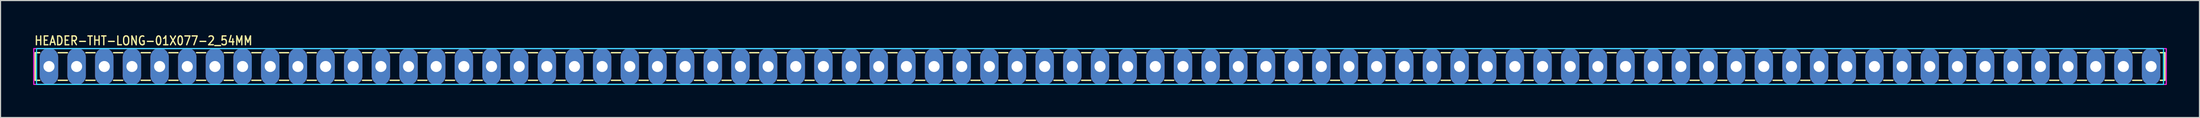
<source format=kicad_pcb>
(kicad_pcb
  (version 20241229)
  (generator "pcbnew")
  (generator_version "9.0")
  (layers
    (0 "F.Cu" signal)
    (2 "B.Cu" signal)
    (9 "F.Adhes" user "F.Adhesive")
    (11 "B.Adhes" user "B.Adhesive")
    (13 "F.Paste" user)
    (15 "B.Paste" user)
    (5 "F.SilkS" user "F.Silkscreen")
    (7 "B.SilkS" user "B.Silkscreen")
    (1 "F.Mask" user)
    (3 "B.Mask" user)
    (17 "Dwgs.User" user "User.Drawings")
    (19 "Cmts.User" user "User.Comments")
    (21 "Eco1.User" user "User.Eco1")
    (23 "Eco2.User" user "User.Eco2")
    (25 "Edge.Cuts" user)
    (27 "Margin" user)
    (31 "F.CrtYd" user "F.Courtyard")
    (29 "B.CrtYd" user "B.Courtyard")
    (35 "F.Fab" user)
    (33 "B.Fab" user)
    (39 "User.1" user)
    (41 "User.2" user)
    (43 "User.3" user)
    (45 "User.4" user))
  (footprint "HEADER-THT-LONG-01X077-2_54MM"
    (layer "F.Cu")
    (at 1.447 3.079)
    (property "Reference" "HEADER-THT-LONG-01X077-2_54MM" (at -1.4 -1.9 0) (unlocked yes) (layer "F.SilkS") (effects (font (size 0.813 0.695) (thickness 0.122)) (justify left bottom)))
    (fp_line (start -1.27 -1.27) (end -1.27 1.27) (stroke (width 0.127) (type solid)) (layer "F.SilkS"))
    (fp_line (start -1.27 1.27) (end -0.85 1.27) (stroke (width 0.127) (type solid)) (layer "F.SilkS"))
    (fp_line (start -0.85 -1.27) (end -1.27 -1.27) (stroke (width 0.127) (type solid)) (layer "F.SilkS"))
    (fp_line (start 0.85 -1.27) (end 1.69 -1.27) (stroke (width 0.127) (type solid)) (layer "F.SilkS"))
    (fp_line (start 0.85 1.27) (end 1.69 1.27) (stroke (width 0.127) (type solid)) (layer "F.SilkS"))
    (fp_line (start 3.39 -1.27) (end 4.23 -1.27) (stroke (width 0.127) (type solid)) (layer "F.SilkS"))
    (fp_line (start 3.39 1.27) (end 4.23 1.27) (stroke (width 0.127) (type solid)) (layer "F.SilkS"))
    (fp_line (start 5.93 -1.27) (end 6.77 -1.27) (stroke (width 0.127) (type solid)) (layer "F.SilkS"))
    (fp_line (start 5.93 1.27) (end 6.77 1.27) (stroke (width 0.127) (type solid)) (layer "F.SilkS"))
    (fp_line (start 8.47 -1.27) (end 9.31 -1.27) (stroke (width 0.127) (type solid)) (layer "F.SilkS"))
    (fp_line (start 8.47 1.27) (end 9.31 1.27) (stroke (width 0.127) (type solid)) (layer "F.SilkS"))
    (fp_line (start 11.01 -1.27) (end 11.85 -1.27) (stroke (width 0.127) (type solid)) (layer "F.SilkS"))
    (fp_line (start 11.01 1.27) (end 11.85 1.27) (stroke (width 0.127) (type solid)) (layer "F.SilkS"))
    (fp_line (start 13.55 -1.27) (end 14.39 -1.27) (stroke (width 0.127) (type solid)) (layer "F.SilkS"))
    (fp_line (start 13.55 1.27) (end 14.39 1.27) (stroke (width 0.127) (type solid)) (layer "F.SilkS"))
    (fp_line (start 16.09 -1.27) (end 16.93 -1.27) (stroke (width 0.127) (type solid)) (layer "F.SilkS"))
    (fp_line (start 16.09 1.27) (end 16.93 1.27) (stroke (width 0.127) (type solid)) (layer "F.SilkS"))
    (fp_line (start 18.63 -1.27) (end 19.47 -1.27) (stroke (width 0.127) (type solid)) (layer "F.SilkS"))
    (fp_line (start 18.63 1.27) (end 19.47 1.27) (stroke (width 0.127) (type solid)) (layer "F.SilkS"))
    (fp_line (start 21.17 -1.27) (end 22.01 -1.27) (stroke (width 0.127) (type solid)) (layer "F.SilkS"))
    (fp_line (start 21.17 1.27) (end 22.01 1.27) (stroke (width 0.127) (type solid)) (layer "F.SilkS"))
    (fp_line (start 23.71 -1.27) (end 24.55 -1.27) (stroke (width 0.127) (type solid)) (layer "F.SilkS"))
    (fp_line (start 23.71 1.27) (end 24.55 1.27) (stroke (width 0.127) (type solid)) (layer "F.SilkS"))
    (fp_line (start 26.25 -1.27) (end 27.09 -1.27) (stroke (width 0.127) (type solid)) (layer "F.SilkS"))
    (fp_line (start 26.25 1.27) (end 27.09 1.27) (stroke (width 0.127) (type solid)) (layer "F.SilkS"))
    (fp_line (start 28.79 -1.27) (end 29.63 -1.27) (stroke (width 0.127) (type solid)) (layer "F.SilkS"))
    (fp_line (start 28.79 1.27) (end 29.63 1.27) (stroke (width 0.127) (type solid)) (layer "F.SilkS"))
    (fp_line (start 31.33 -1.27) (end 32.17 -1.27) (stroke (width 0.127) (type solid)) (layer "F.SilkS"))
    (fp_line (start 31.33 1.27) (end 32.17 1.27) (stroke (width 0.127) (type solid)) (layer "F.SilkS"))
    (fp_line (start 33.87 -1.27) (end 34.71 -1.27) (stroke (width 0.127) (type solid)) (layer "F.SilkS"))
    (fp_line (start 33.87 1.27) (end 34.71 1.27) (stroke (width 0.127) (type solid)) (layer "F.SilkS"))
    (fp_line (start 36.41 -1.27) (end 37.25 -1.27) (stroke (width 0.127) (type solid)) (layer "F.SilkS"))
    (fp_line (start 36.41 1.27) (end 37.25 1.27) (stroke (width 0.127) (type solid)) (layer "F.SilkS"))
    (fp_line (start 38.95 -1.27) (end 39.79 -1.27) (stroke (width 0.127) (type solid)) (layer "F.SilkS"))
    (fp_line (start 38.95 1.27) (end 39.79 1.27) (stroke (width 0.127) (type solid)) (layer "F.SilkS"))
    (fp_line (start 41.49 -1.27) (end 42.33 -1.27) (stroke (width 0.127) (type solid)) (layer "F.SilkS"))
    (fp_line (start 41.49 1.27) (end 42.33 1.27) (stroke (width 0.127) (type solid)) (layer "F.SilkS"))
    (fp_line (start 44.03 -1.27) (end 44.87 -1.27) (stroke (width 0.127) (type solid)) (layer "F.SilkS"))
    (fp_line (start 44.03 1.27) (end 44.87 1.27) (stroke (width 0.127) (type solid)) (layer "F.SilkS"))
    (fp_line (start 46.57 -1.27) (end 47.41 -1.27) (stroke (width 0.127) (type solid)) (layer "F.SilkS"))
    (fp_line (start 46.57 1.27) (end 47.41 1.27) (stroke (width 0.127) (type solid)) (layer "F.SilkS"))
    (fp_line (start 49.11 -1.27) (end 49.95 -1.27) (stroke (width 0.127) (type solid)) (layer "F.SilkS"))
    (fp_line (start 49.11 1.27) (end 49.95 1.27) (stroke (width 0.127) (type solid)) (layer "F.SilkS"))
    (fp_line (start 51.65 -1.27) (end 52.49 -1.27) (stroke (width 0.127) (type solid)) (layer "F.SilkS"))
    (fp_line (start 51.65 1.27) (end 52.49 1.27) (stroke (width 0.127) (type solid)) (layer "F.SilkS"))
    (fp_line (start 54.19 -1.27) (end 55.03 -1.27) (stroke (width 0.127) (type solid)) (layer "F.SilkS"))
    (fp_line (start 54.19 1.27) (end 55.03 1.27) (stroke (width 0.127) (type solid)) (layer "F.SilkS"))
    (fp_line (start 56.73 -1.27) (end 57.57 -1.27) (stroke (width 0.127) (type solid)) (layer "F.SilkS"))
    (fp_line (start 56.73 1.27) (end 57.57 1.27) (stroke (width 0.127) (type solid)) (layer "F.SilkS"))
    (fp_line (start 59.27 -1.27) (end 60.11 -1.27) (stroke (width 0.127) (type solid)) (layer "F.SilkS"))
    (fp_line (start 59.27 1.27) (end 60.11 1.27) (stroke (width 0.127) (type solid)) (layer "F.SilkS"))
    (fp_line (start 61.81 -1.27) (end 62.65 -1.27) (stroke (width 0.127) (type solid)) (layer "F.SilkS"))
    (fp_line (start 61.81 1.27) (end 62.65 1.27) (stroke (width 0.127) (type solid)) (layer "F.SilkS"))
    (fp_line (start 64.35 -1.27) (end 65.19 -1.27) (stroke (width 0.127) (type solid)) (layer "F.SilkS"))
    (fp_line (start 64.35 1.27) (end 65.19 1.27) (stroke (width 0.127) (type solid)) (layer "F.SilkS"))
    (fp_line (start 66.89 -1.27) (end 67.73 -1.27) (stroke (width 0.127) (type solid)) (layer "F.SilkS"))
    (fp_line (start 66.89 1.27) (end 67.73 1.27) (stroke (width 0.127) (type solid)) (layer "F.SilkS"))
    (fp_line (start 69.43 -1.27) (end 70.27 -1.27) (stroke (width 0.127) (type solid)) (layer "F.SilkS"))
    (fp_line (start 69.43 1.27) (end 70.27 1.27) (stroke (width 0.127) (type solid)) (layer "F.SilkS"))
    (fp_line (start 71.97 -1.27) (end 72.81 -1.27) (stroke (width 0.127) (type solid)) (layer "F.SilkS"))
    (fp_line (start 71.97 1.27) (end 72.81 1.27) (stroke (width 0.127) (type solid)) (layer "F.SilkS"))
    (fp_line (start 74.51 -1.27) (end 75.35 -1.27) (stroke (width 0.127) (type solid)) (layer "F.SilkS"))
    (fp_line (start 74.51 1.27) (end 75.35 1.27) (stroke (width 0.127) (type solid)) (layer "F.SilkS"))
    (fp_line (start 77.05 -1.27) (end 77.89 -1.27) (stroke (width 0.127) (type solid)) (layer "F.SilkS"))
    (fp_line (start 77.05 1.27) (end 77.89 1.27) (stroke (width 0.127) (type solid)) (layer "F.SilkS"))
    (fp_line (start 79.59 -1.27) (end 80.43 -1.27) (stroke (width 0.127) (type solid)) (layer "F.SilkS"))
    (fp_line (start 79.59 1.27) (end 80.43 1.27) (stroke (width 0.127) (type solid)) (layer "F.SilkS"))
    (fp_line (start 82.13 -1.27) (end 82.97 -1.27) (stroke (width 0.127) (type solid)) (layer "F.SilkS"))
    (fp_line (start 82.13 1.27) (end 82.97 1.27) (stroke (width 0.127) (type solid)) (layer "F.SilkS"))
    (fp_line (start 84.67 -1.27) (end 85.51 -1.27) (stroke (width 0.127) (type solid)) (layer "F.SilkS"))
    (fp_line (start 84.67 1.27) (end 85.51 1.27) (stroke (width 0.127) (type solid)) (layer "F.SilkS"))
    (fp_line (start 87.21 -1.27) (end 88.05 -1.27) (stroke (width 0.127) (type solid)) (layer "F.SilkS"))
    (fp_line (start 87.21 1.27) (end 88.05 1.27) (stroke (width 0.127) (type solid)) (layer "F.SilkS"))
    (fp_line (start 89.75 -1.27) (end 90.59 -1.27) (stroke (width 0.127) (type solid)) (layer "F.SilkS"))
    (fp_line (start 89.75 1.27) (end 90.59 1.27) (stroke (width 0.127) (type solid)) (layer "F.SilkS"))
    (fp_line (start 92.29 -1.27) (end 93.13 -1.27) (stroke (width 0.127) (type solid)) (layer "F.SilkS"))
    (fp_line (start 92.29 1.27) (end 93.13 1.27) (stroke (width 0.127) (type solid)) (layer "F.SilkS"))
    (fp_line (start 94.83 -1.27) (end 95.67 -1.27) (stroke (width 0.127) (type solid)) (layer "F.SilkS"))
    (fp_line (start 94.83 1.27) (end 95.67 1.27) (stroke (width 0.127) (type solid)) (layer "F.SilkS"))
    (fp_line (start 97.37 -1.27) (end 98.21 -1.27) (stroke (width 0.127) (type solid)) (layer "F.SilkS"))
    (fp_line (start 97.37 1.27) (end 98.21 1.27) (stroke (width 0.127) (type solid)) (layer "F.SilkS"))
    (fp_line (start 99.91 -1.27) (end 100.75 -1.27) (stroke (width 0.127) (type solid)) (layer "F.SilkS"))
    (fp_line (start 99.91 1.27) (end 100.75 1.27) (stroke (width 0.127) (type solid)) (layer "F.SilkS"))
    (fp_line (start 102.45 -1.27) (end 103.29 -1.27) (stroke (width 0.127) (type solid)) (layer "F.SilkS"))
    (fp_line (start 102.45 1.27) (end 103.29 1.27) (stroke (width 0.127) (type solid)) (layer "F.SilkS"))
    (fp_line (start 104.99 -1.27) (end 105.83 -1.27) (stroke (width 0.127) (type solid)) (layer "F.SilkS"))
    (fp_line (start 104.99 1.27) (end 105.83 1.27) (stroke (width 0.127) (type solid)) (layer "F.SilkS"))
    (fp_line (start 107.53 -1.27) (end 108.37 -1.27) (stroke (width 0.127) (type solid)) (layer "F.SilkS"))
    (fp_line (start 107.53 1.27) (end 108.37 1.27) (stroke (width 0.127) (type solid)) (layer "F.SilkS"))
    (fp_line (start 110.07 -1.27) (end 110.91 -1.27) (stroke (width 0.127) (type solid)) (layer "F.SilkS"))
    (fp_line (start 110.07 1.27) (end 110.91 1.27) (stroke (width 0.127) (type solid)) (layer "F.SilkS"))
    (fp_line (start 112.61 -1.27) (end 113.45 -1.27) (stroke (width 0.127) (type solid)) (layer "F.SilkS"))
    (fp_line (start 112.61 1.27) (end 113.45 1.27) (stroke (width 0.127) (type solid)) (layer "F.SilkS"))
    (fp_line (start 115.15 -1.27) (end 115.99 -1.27) (stroke (width 0.127) (type solid)) (layer "F.SilkS"))
    (fp_line (start 115.15 1.27) (end 115.99 1.27) (stroke (width 0.127) (type solid)) (layer "F.SilkS"))
    (fp_line (start 117.69 -1.27) (end 118.53 -1.27) (stroke (width 0.127) (type solid)) (layer "F.SilkS"))
    (fp_line (start 117.69 1.27) (end 118.53 1.27) (stroke (width 0.127) (type solid)) (layer "F.SilkS"))
    (fp_line (start 120.23 -1.27) (end 121.07 -1.27) (stroke (width 0.127) (type solid)) (layer "F.SilkS"))
    (fp_line (start 120.23 1.27) (end 121.07 1.27) (stroke (width 0.127) (type solid)) (layer "F.SilkS"))
    (fp_line (start 122.77 -1.27) (end 123.61 -1.27) (stroke (width 0.127) (type solid)) (layer "F.SilkS"))
    (fp_line (start 122.77 1.27) (end 123.61 1.27) (stroke (width 0.127) (type solid)) (layer "F.SilkS"))
    (fp_line (start 125.31 -1.27) (end 126.15 -1.27) (stroke (width 0.127) (type solid)) (layer "F.SilkS"))
    (fp_line (start 125.31 1.27) (end 126.15 1.27) (stroke (width 0.127) (type solid)) (layer "F.SilkS"))
    (fp_line (start 127.85 -1.27) (end 128.69 -1.27) (stroke (width 0.127) (type solid)) (layer "F.SilkS"))
    (fp_line (start 127.85 1.27) (end 128.69 1.27) (stroke (width 0.127) (type solid)) (layer "F.SilkS"))
    (fp_line (start 130.39 -1.27) (end 131.23 -1.27) (stroke (width 0.127) (type solid)) (layer "F.SilkS"))
    (fp_line (start 130.39 1.27) (end 131.23 1.27) (stroke (width 0.127) (type solid)) (layer "F.SilkS"))
    (fp_line (start 132.93 -1.27) (end 133.77 -1.27) (stroke (width 0.127) (type solid)) (layer "F.SilkS"))
    (fp_line (start 132.93 1.27) (end 133.77 1.27) (stroke (width 0.127) (type solid)) (layer "F.SilkS"))
    (fp_line (start 135.47 -1.27) (end 136.31 -1.27) (stroke (width 0.127) (type solid)) (layer "F.SilkS"))
    (fp_line (start 135.47 1.27) (end 136.31 1.27) (stroke (width 0.127) (type solid)) (layer "F.SilkS"))
    (fp_line (start 138.01 -1.27) (end 138.85 -1.27) (stroke (width 0.127) (type solid)) (layer "F.SilkS"))
    (fp_line (start 138.01 1.27) (end 138.85 1.27) (stroke (width 0.127) (type solid)) (layer "F.SilkS"))
    (fp_line (start 140.55 -1.27) (end 141.39 -1.27) (stroke (width 0.127) (type solid)) (layer "F.SilkS"))
    (fp_line (start 140.55 1.27) (end 141.39 1.27) (stroke (width 0.127) (type solid)) (layer "F.SilkS"))
    (fp_line (start 143.09 -1.27) (end 143.93 -1.27) (stroke (width 0.127) (type solid)) (layer "F.SilkS"))
    (fp_line (start 143.09 1.27) (end 143.93 1.27) (stroke (width 0.127) (type solid)) (layer "F.SilkS"))
    (fp_line (start 145.63 -1.27) (end 146.47 -1.27) (stroke (width 0.127) (type solid)) (layer "F.SilkS"))
    (fp_line (start 145.63 1.27) (end 146.47 1.27) (stroke (width 0.127) (type solid)) (layer "F.SilkS"))
    (fp_line (start 148.17 -1.27) (end 149.01 -1.27) (stroke (width 0.127) (type solid)) (layer "F.SilkS"))
    (fp_line (start 148.17 1.27) (end 149.01 1.27) (stroke (width 0.127) (type solid)) (layer "F.SilkS"))
    (fp_line (start 150.71 -1.27) (end 151.55 -1.27) (stroke (width 0.127) (type solid)) (layer "F.SilkS"))
    (fp_line (start 150.71 1.27) (end 151.55 1.27) (stroke (width 0.127) (type solid)) (layer "F.SilkS"))
    (fp_line (start 153.25 -1.27) (end 154.09 -1.27) (stroke (width 0.127) (type solid)) (layer "F.SilkS"))
    (fp_line (start 153.25 1.27) (end 154.09 1.27) (stroke (width 0.127) (type solid)) (layer "F.SilkS"))
    (fp_line (start 155.79 -1.27) (end 156.63 -1.27) (stroke (width 0.127) (type solid)) (layer "F.SilkS"))
    (fp_line (start 155.79 1.27) (end 156.63 1.27) (stroke (width 0.127) (type solid)) (layer "F.SilkS"))
    (fp_line (start 158.33 -1.27) (end 159.17 -1.27) (stroke (width 0.127) (type solid)) (layer "F.SilkS"))
    (fp_line (start 158.33 1.27) (end 159.17 1.27) (stroke (width 0.127) (type solid)) (layer "F.SilkS"))
    (fp_line (start 160.87 -1.27) (end 161.71 -1.27) (stroke (width 0.127) (type solid)) (layer "F.SilkS"))
    (fp_line (start 160.87 1.27) (end 161.71 1.27) (stroke (width 0.127) (type solid)) (layer "F.SilkS"))
    (fp_line (start 163.41 -1.27) (end 164.25 -1.27) (stroke (width 0.127) (type solid)) (layer "F.SilkS"))
    (fp_line (start 163.41 1.27) (end 164.25 1.27) (stroke (width 0.127) (type solid)) (layer "F.SilkS"))
    (fp_line (start 165.95 -1.27) (end 166.79 -1.27) (stroke (width 0.127) (type solid)) (layer "F.SilkS"))
    (fp_line (start 165.95 1.27) (end 166.79 1.27) (stroke (width 0.127) (type solid)) (layer "F.SilkS"))
    (fp_line (start 168.49 -1.27) (end 169.33 -1.27) (stroke (width 0.127) (type solid)) (layer "F.SilkS"))
    (fp_line (start 168.49 1.27) (end 169.33 1.27) (stroke (width 0.127) (type solid)) (layer "F.SilkS"))
    (fp_line (start 171.03 -1.27) (end 171.87 -1.27) (stroke (width 0.127) (type solid)) (layer "F.SilkS"))
    (fp_line (start 171.03 1.27) (end 171.87 1.27) (stroke (width 0.127) (type solid)) (layer "F.SilkS"))
    (fp_line (start 173.57 -1.27) (end 174.41 -1.27) (stroke (width 0.127) (type solid)) (layer "F.SilkS"))
    (fp_line (start 173.57 1.27) (end 174.41 1.27) (stroke (width 0.127) (type solid)) (layer "F.SilkS"))
    (fp_line (start 176.11 -1.27) (end 176.95 -1.27) (stroke (width 0.127) (type solid)) (layer "F.SilkS"))
    (fp_line (start 176.11 1.27) (end 176.95 1.27) (stroke (width 0.127) (type solid)) (layer "F.SilkS"))
    (fp_line (start 178.65 -1.27) (end 179.49 -1.27) (stroke (width 0.127) (type solid)) (layer "F.SilkS"))
    (fp_line (start 178.65 1.27) (end 179.49 1.27) (stroke (width 0.127) (type solid)) (layer "F.SilkS"))
    (fp_line (start 181.19 -1.27) (end 182.03 -1.27) (stroke (width 0.127) (type solid)) (layer "F.SilkS"))
    (fp_line (start 181.19 1.27) (end 182.03 1.27) (stroke (width 0.127) (type solid)) (layer "F.SilkS"))
    (fp_line (start 183.73 -1.27) (end 184.57 -1.27) (stroke (width 0.127) (type solid)) (layer "F.SilkS"))
    (fp_line (start 183.73 1.27) (end 184.57 1.27) (stroke (width 0.127) (type solid)) (layer "F.SilkS"))
    (fp_line (start 186.27 -1.27) (end 187.11 -1.27) (stroke (width 0.127) (type solid)) (layer "F.SilkS"))
    (fp_line (start 186.27 1.27) (end 187.11 1.27) (stroke (width 0.127) (type solid)) (layer "F.SilkS"))
    (fp_line (start 188.81 -1.27) (end 189.65 -1.27) (stroke (width 0.127) (type solid)) (layer "F.SilkS"))
    (fp_line (start 188.81 1.27) (end 189.65 1.27) (stroke (width 0.127) (type solid)) (layer "F.SilkS"))
    (fp_line (start 191.35 -1.27) (end 192.19 -1.27) (stroke (width 0.127) (type solid)) (layer "F.SilkS"))
    (fp_line (start 191.35 1.27) (end 192.19 1.27) (stroke (width 0.127) (type solid)) (layer "F.SilkS"))
    (fp_line (start 193.89 -1.27) (end 194.31 -1.27) (stroke (width 0.127) (type solid)) (layer "F.SilkS"))
    (fp_line (start 194.31 -1.27) (end 194.31 1.27) (stroke (width 0.127) (type solid)) (layer "F.SilkS"))
    (fp_line (start 194.31 1.27) (end 193.89 1.27) (stroke (width 0.127) (type solid)) (layer "F.SilkS"))
    (fp_poly (pts (xy -1.143 -1.651) (xy 194.183 -1.651) (xy 194.183 1.651) (xy -1.143 1.651)) (stroke (width 0.1) (type solid)) (fill no) (layer "B.CrtYd"))
    (fp_poly (pts (xy -1.397 -1.651) (xy 194.437 -1.651) (xy 194.437 1.651) (xy -1.397 1.651)) (stroke (width 0.1) (type solid)) (fill no) (layer "F.CrtYd"))
    (pad "1" thru_hole oval (at 0 0 90) (size 3.387 1.693) (drill 1.016) (layers "*.Cu" "*.Mask"))
    (pad "2" thru_hole oval (at 2.54 0 90) (size 3.387 1.693) (drill 1.016) (layers "*.Cu" "*.Mask"))
    (pad "3" thru_hole oval (at 5.08 0 90) (size 3.387 1.693) (drill 1.016) (layers "*.Cu" "*.Mask"))
    (pad "4" thru_hole oval (at 7.62 0 90) (size 3.387 1.693) (drill 1.016) (layers "*.Cu" "*.Mask"))
    (pad "5" thru_hole oval (at 10.16 0 90) (size 3.387 1.693) (drill 1.016) (layers "*.Cu" "*.Mask"))
    (pad "6" thru_hole oval (at 12.7 0 90) (size 3.387 1.693) (drill 1.016) (layers "*.Cu" "*.Mask"))
    (pad "7" thru_hole oval (at 15.24 0 90) (size 3.387 1.693) (drill 1.016) (layers "*.Cu" "*.Mask"))
    (pad "8" thru_hole oval (at 17.78 0 90) (size 3.387 1.693) (drill 1.016) (layers "*.Cu" "*.Mask"))
    (pad "9" thru_hole oval (at 20.32 0 90) (size 3.387 1.693) (drill 1.016) (layers "*.Cu" "*.Mask"))
    (pad "10" thru_hole oval (at 22.86 0 90) (size 3.387 1.693) (drill 1.016) (layers "*.Cu" "*.Mask"))
    (pad "11" thru_hole oval (at 25.4 0 90) (size 3.387 1.693) (drill 1.016) (layers "*.Cu" "*.Mask"))
    (pad "12" thru_hole oval (at 27.94 0 90) (size 3.387 1.693) (drill 1.016) (layers "*.Cu" "*.Mask"))
    (pad "13" thru_hole oval (at 30.48 0 90) (size 3.387 1.693) (drill 1.016) (layers "*.Cu" "*.Mask"))
    (pad "14" thru_hole oval (at 33.02 0 90) (size 3.387 1.693) (drill 1.016) (layers "*.Cu" "*.Mask"))
    (pad "15" thru_hole oval (at 35.56 0 90) (size 3.387 1.693) (drill 1.016) (layers "*.Cu" "*.Mask"))
    (pad "16" thru_hole oval (at 38.1 0 90) (size 3.387 1.693) (drill 1.016) (layers "*.Cu" "*.Mask"))
    (pad "17" thru_hole oval (at 40.64 0 90) (size 3.387 1.693) (drill 1.016) (layers "*.Cu" "*.Mask"))
    (pad "18" thru_hole oval (at 43.18 0 90) (size 3.387 1.693) (drill 1.016) (layers "*.Cu" "*.Mask"))
    (pad "19" thru_hole oval (at 45.72 0 90) (size 3.387 1.693) (drill 1.016) (layers "*.Cu" "*.Mask"))
    (pad "20" thru_hole oval (at 48.26 0 90) (size 3.387 1.693) (drill 1.016) (layers "*.Cu" "*.Mask"))
    (pad "21" thru_hole oval (at 50.8 0 90) (size 3.387 1.693) (drill 1.016) (layers "*.Cu" "*.Mask"))
    (pad "22" thru_hole oval (at 53.34 0 90) (size 3.387 1.693) (drill 1.016) (layers "*.Cu" "*.Mask"))
    (pad "23" thru_hole oval (at 55.88 0 90) (size 3.387 1.693) (drill 1.016) (layers "*.Cu" "*.Mask"))
    (pad "24" thru_hole oval (at 58.42 0 90) (size 3.387 1.693) (drill 1.016) (layers "*.Cu" "*.Mask"))
    (pad "25" thru_hole oval (at 60.96 0 90) (size 3.387 1.693) (drill 1.016) (layers "*.Cu" "*.Mask"))
    (pad "26" thru_hole oval (at 63.5 0 90) (size 3.387 1.693) (drill 1.016) (layers "*.Cu" "*.Mask"))
    (pad "27" thru_hole oval (at 66.04 0 90) (size 3.387 1.693) (drill 1.016) (layers "*.Cu" "*.Mask"))
    (pad "28" thru_hole oval (at 68.58 0 90) (size 3.387 1.693) (drill 1.016) (layers "*.Cu" "*.Mask"))
    (pad "29" thru_hole oval (at 71.12 0 90) (size 3.387 1.693) (drill 1.016) (layers "*.Cu" "*.Mask"))
    (pad "30" thru_hole oval (at 73.66 0 90) (size 3.387 1.693) (drill 1.016) (layers "*.Cu" "*.Mask"))
    (pad "31" thru_hole oval (at 76.2 0 90) (size 3.387 1.693) (drill 1.016) (layers "*.Cu" "*.Mask"))
    (pad "32" thru_hole oval (at 78.74 0 90) (size 3.387 1.693) (drill 1.016) (layers "*.Cu" "*.Mask"))
    (pad "33" thru_hole oval (at 81.28 0 90) (size 3.387 1.693) (drill 1.016) (layers "*.Cu" "*.Mask"))
    (pad "34" thru_hole oval (at 83.82 0 90) (size 3.387 1.693) (drill 1.016) (layers "*.Cu" "*.Mask"))
    (pad "35" thru_hole oval (at 86.36 0 90) (size 3.387 1.693) (drill 1.016) (layers "*.Cu" "*.Mask"))
    (pad "36" thru_hole oval (at 88.9 0 90) (size 3.387 1.693) (drill 1.016) (layers "*.Cu" "*.Mask"))
    (pad "37" thru_hole oval (at 91.44 0 90) (size 3.387 1.693) (drill 1.016) (layers "*.Cu" "*.Mask"))
    (pad "38" thru_hole oval (at 93.98 0 90) (size 3.387 1.693) (drill 1.016) (layers "*.Cu" "*.Mask"))
    (pad "39" thru_hole oval (at 96.52 0 90) (size 3.387 1.693) (drill 1.016) (layers "*.Cu" "*.Mask"))
    (pad "40" thru_hole oval (at 99.06 0 90) (size 3.387 1.693) (drill 1.016) (layers "*.Cu" "*.Mask"))
    (pad "41" thru_hole oval (at 101.6 0 90) (size 3.387 1.693) (drill 1.016) (layers "*.Cu" "*.Mask"))
    (pad "42" thru_hole oval (at 104.14 0 90) (size 3.387 1.693) (drill 1.016) (layers "*.Cu" "*.Mask"))
    (pad "43" thru_hole oval (at 106.68 0 90) (size 3.387 1.693) (drill 1.016) (layers "*.Cu" "*.Mask"))
    (pad "44" thru_hole oval (at 109.22 0 90) (size 3.387 1.693) (drill 1.016) (layers "*.Cu" "*.Mask"))
    (pad "45" thru_hole oval (at 111.76 0 90) (size 3.387 1.693) (drill 1.016) (layers "*.Cu" "*.Mask"))
    (pad "46" thru_hole oval (at 114.3 0 90) (size 3.387 1.693) (drill 1.016) (layers "*.Cu" "*.Mask"))
    (pad "47" thru_hole oval (at 116.84 0 90) (size 3.387 1.693) (drill 1.016) (layers "*.Cu" "*.Mask"))
    (pad "48" thru_hole oval (at 119.38 0 90) (size 3.387 1.693) (drill 1.016) (layers "*.Cu" "*.Mask"))
    (pad "49" thru_hole oval (at 121.92 0 90) (size 3.387 1.693) (drill 1.016) (layers "*.Cu" "*.Mask"))
    (pad "50" thru_hole oval (at 124.46 0 90) (size 3.387 1.693) (drill 1.016) (layers "*.Cu" "*.Mask"))
    (pad "51" thru_hole oval (at 127 0 90) (size 3.387 1.693) (drill 1.016) (layers "*.Cu" "*.Mask"))
    (pad "52" thru_hole oval (at 129.54 0 90) (size 3.387 1.693) (drill 1.016) (layers "*.Cu" "*.Mask"))
    (pad "53" thru_hole oval (at 132.08 0 90) (size 3.387 1.693) (drill 1.016) (layers "*.Cu" "*.Mask"))
    (pad "54" thru_hole oval (at 134.62 0 90) (size 3.387 1.693) (drill 1.016) (layers "*.Cu" "*.Mask"))
    (pad "55" thru_hole oval (at 137.16 0 90) (size 3.387 1.693) (drill 1.016) (layers "*.Cu" "*.Mask"))
    (pad "56" thru_hole oval (at 139.7 0 90) (size 3.387 1.693) (drill 1.016) (layers "*.Cu" "*.Mask"))
    (pad "57" thru_hole oval (at 142.24 0 90) (size 3.387 1.693) (drill 1.016) (layers "*.Cu" "*.Mask"))
    (pad "58" thru_hole oval (at 144.78 0 90) (size 3.387 1.693) (drill 1.016) (layers "*.Cu" "*.Mask"))
    (pad "59" thru_hole oval (at 147.32 0 90) (size 3.387 1.693) (drill 1.016) (layers "*.Cu" "*.Mask"))
    (pad "60" thru_hole oval (at 149.86 0 90) (size 3.387 1.693) (drill 1.016) (layers "*.Cu" "*.Mask"))
    (pad "61" thru_hole oval (at 152.4 0 90) (size 3.387 1.693) (drill 1.016) (layers "*.Cu" "*.Mask"))
    (pad "62" thru_hole oval (at 154.94 0 90) (size 3.387 1.693) (drill 1.016) (layers "*.Cu" "*.Mask"))
    (pad "63" thru_hole oval (at 157.48 0 90) (size 3.387 1.693) (drill 1.016) (layers "*.Cu" "*.Mask"))
    (pad "64" thru_hole oval (at 160.02 0 90) (size 3.387 1.693) (drill 1.016) (layers "*.Cu" "*.Mask"))
    (pad "65" thru_hole oval (at 162.56 0 90) (size 3.387 1.693) (drill 1.016) (layers "*.Cu" "*.Mask"))
    (pad "66" thru_hole oval (at 165.1 0 90) (size 3.387 1.693) (drill 1.016) (layers "*.Cu" "*.Mask"))
    (pad "67" thru_hole oval (at 167.64 0 90) (size 3.387 1.693) (drill 1.016) (layers "*.Cu" "*.Mask"))
    (pad "68" thru_hole oval (at 170.18 0 90) (size 3.387 1.693) (drill 1.016) (layers "*.Cu" "*.Mask"))
    (pad "69" thru_hole oval (at 172.72 0 90) (size 3.387 1.693) (drill 1.016) (layers "*.Cu" "*.Mask"))
    (pad "70" thru_hole oval (at 175.26 0 90) (size 3.387 1.693) (drill 1.016) (layers "*.Cu" "*.Mask"))
    (pad "71" thru_hole oval (at 177.8 0 90) (size 3.387 1.693) (drill 1.016) (layers "*.Cu" "*.Mask"))
    (pad "72" thru_hole oval (at 180.34 0 90) (size 3.387 1.693) (drill 1.016) (layers "*.Cu" "*.Mask"))
    (pad "73" thru_hole oval (at 182.88 0 90) (size 3.387 1.693) (drill 1.016) (layers "*.Cu" "*.Mask"))
    (pad "74" thru_hole oval (at 185.42 0 90) (size 3.387 1.693) (drill 1.016) (layers "*.Cu" "*.Mask"))
    (pad "75" thru_hole oval (at 187.96 0 90) (size 3.387 1.693) (drill 1.016) (layers "*.Cu" "*.Mask"))
    (pad "76" thru_hole oval (at 190.5 0 90) (size 3.387 1.693) (drill 1.016) (layers "*.Cu" "*.Mask"))
    (pad "77" thru_hole oval (at 193.04 0 90) (size 3.387 1.693) (drill 1.016) (layers "*.Cu" "*.Mask")))
  (gr_rect
    (start -3 -3)
    (end 198.934 7.78)
    (stroke (width 0.1) (type default))
    (fill no)
    (layer "Edge.Cuts")))
</source>
